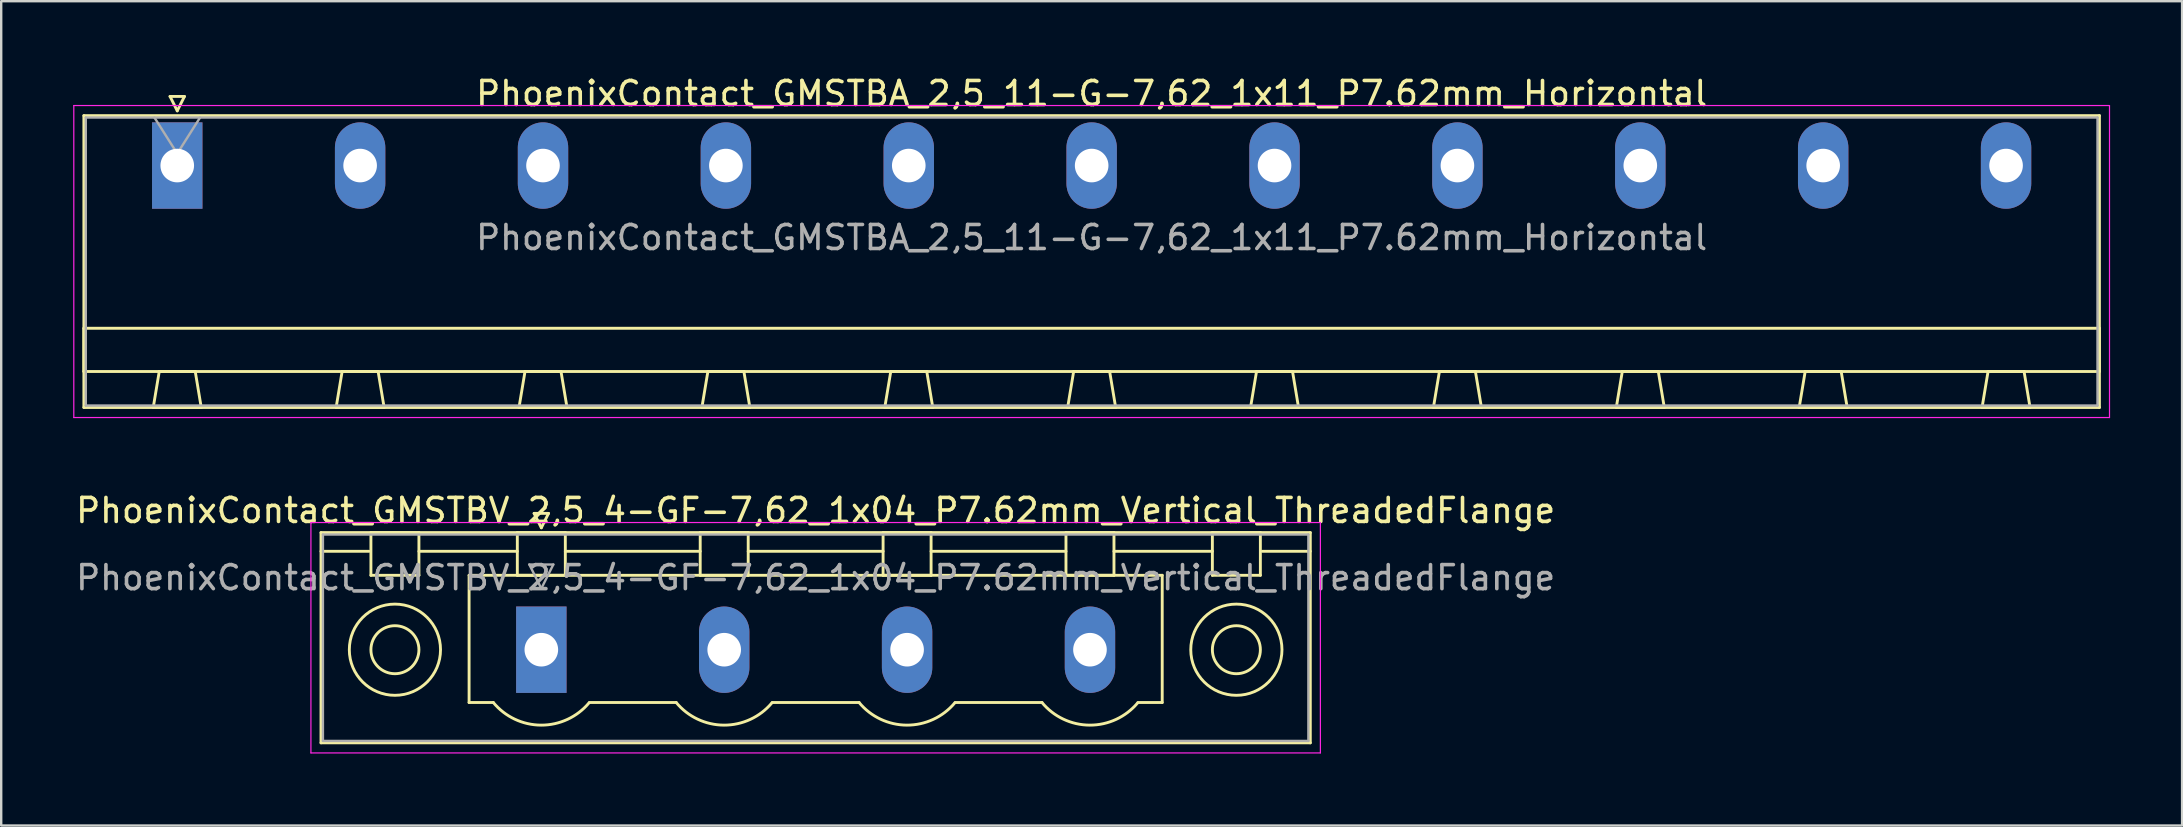
<source format=kicad_pcb>
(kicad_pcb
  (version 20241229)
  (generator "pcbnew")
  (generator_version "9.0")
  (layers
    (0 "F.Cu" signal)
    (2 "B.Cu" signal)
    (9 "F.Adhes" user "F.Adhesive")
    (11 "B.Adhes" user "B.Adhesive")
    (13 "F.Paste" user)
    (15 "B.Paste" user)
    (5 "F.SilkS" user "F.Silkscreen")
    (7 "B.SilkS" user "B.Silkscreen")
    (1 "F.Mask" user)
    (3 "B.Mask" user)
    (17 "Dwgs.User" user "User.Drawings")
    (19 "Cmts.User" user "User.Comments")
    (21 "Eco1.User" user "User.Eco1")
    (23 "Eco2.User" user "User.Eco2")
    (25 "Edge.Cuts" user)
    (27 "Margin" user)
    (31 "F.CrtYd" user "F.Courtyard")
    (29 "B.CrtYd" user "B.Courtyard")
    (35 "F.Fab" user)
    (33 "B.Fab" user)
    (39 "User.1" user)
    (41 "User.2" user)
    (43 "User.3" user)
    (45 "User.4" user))
  (footprint "PhoenixContact_GMSTBA_2,5_11-G-7,62_1x11_P7.62mm_Horizontal"
    (layer "F.Cu")
    (at 4.335 3.848)
    (property "Reference" "PhoenixContact_GMSTBA_2,5_11-G-7,62_1x11_P7.62mm_Horizontal" (at 38.1 -3 0) (layer "F.SilkS") (effects (font (size 1 1) (thickness 0.15))))
    (attr through_hole)
    (fp_line (start -3.89 -2.08) (end -3.89 10.08) (stroke (width 0.12) (type solid)) (layer "F.SilkS"))
    (fp_line (start -3.89 6.78) (end 80.09 6.78) (stroke (width 0.12) (type solid)) (layer "F.SilkS"))
    (fp_line (start -3.89 8.58) (end -3.89 6.78) (stroke (width 0.12) (type solid)) (layer "F.SilkS"))
    (fp_line (start -3.89 10.08) (end 80.09 10.08) (stroke (width 0.12) (type solid)) (layer "F.SilkS"))
    (fp_line (start -1 10.08) (end 1 10.08) (stroke (width 0.12) (type solid)) (layer "F.SilkS"))
    (fp_line (start -0.75 8.58) (end -1 10.08) (stroke (width 0.12) (type solid)) (layer "F.SilkS"))
    (fp_line (start -0.3 -2.88) (end 0.3 -2.88) (stroke (width 0.12) (type solid)) (layer "F.SilkS"))
    (fp_line (start 0 -2.28) (end -0.3 -2.88) (stroke (width 0.12) (type solid)) (layer "F.SilkS"))
    (fp_line (start 0.3 -2.88) (end 0 -2.28) (stroke (width 0.12) (type solid)) (layer "F.SilkS"))
    (fp_line (start 0.75 8.58) (end -0.75 8.58) (stroke (width 0.12) (type solid)) (layer "F.SilkS"))
    (fp_line (start 1 10.08) (end 0.75 8.58) (stroke (width 0.12) (type solid)) (layer "F.SilkS"))
    (fp_line (start 6.62 10.08) (end 8.62 10.08) (stroke (width 0.12) (type solid)) (layer "F.SilkS"))
    (fp_line (start 6.87 8.58) (end 6.62 10.08) (stroke (width 0.12) (type solid)) (layer "F.SilkS"))
    (fp_line (start 8.37 8.58) (end 6.87 8.58) (stroke (width 0.12) (type solid)) (layer "F.SilkS"))
    (fp_line (start 8.62 10.08) (end 8.37 8.58) (stroke (width 0.12) (type solid)) (layer "F.SilkS"))
    (fp_line (start 14.24 10.08) (end 16.24 10.08) (stroke (width 0.12) (type solid)) (layer "F.SilkS"))
    (fp_line (start 14.49 8.58) (end 14.24 10.08) (stroke (width 0.12) (type solid)) (layer "F.SilkS"))
    (fp_line (start 15.99 8.58) (end 14.49 8.58) (stroke (width 0.12) (type solid)) (layer "F.SilkS"))
    (fp_line (start 16.24 10.08) (end 15.99 8.58) (stroke (width 0.12) (type solid)) (layer "F.SilkS"))
    (fp_line (start 21.86 10.08) (end 23.86 10.08) (stroke (width 0.12) (type solid)) (layer "F.SilkS"))
    (fp_line (start 22.11 8.58) (end 21.86 10.08) (stroke (width 0.12) (type solid)) (layer "F.SilkS"))
    (fp_line (start 23.61 8.58) (end 22.11 8.58) (stroke (width 0.12) (type solid)) (layer "F.SilkS"))
    (fp_line (start 23.86 10.08) (end 23.61 8.58) (stroke (width 0.12) (type solid)) (layer "F.SilkS"))
    (fp_line (start 29.48 10.08) (end 31.48 10.08) (stroke (width 0.12) (type solid)) (layer "F.SilkS"))
    (fp_line (start 29.73 8.58) (end 29.48 10.08) (stroke (width 0.12) (type solid)) (layer "F.SilkS"))
    (fp_line (start 31.23 8.58) (end 29.73 8.58) (stroke (width 0.12) (type solid)) (layer "F.SilkS"))
    (fp_line (start 31.48 10.08) (end 31.23 8.58) (stroke (width 0.12) (type solid)) (layer "F.SilkS"))
    (fp_line (start 37.1 10.08) (end 39.1 10.08) (stroke (width 0.12) (type solid)) (layer "F.SilkS"))
    (fp_line (start 37.35 8.58) (end 37.1 10.08) (stroke (width 0.12) (type solid)) (layer "F.SilkS"))
    (fp_line (start 38.85 8.58) (end 37.35 8.58) (stroke (width 0.12) (type solid)) (layer "F.SilkS"))
    (fp_line (start 39.1 10.08) (end 38.85 8.58) (stroke (width 0.12) (type solid)) (layer "F.SilkS"))
    (fp_line (start 44.72 10.08) (end 46.72 10.08) (stroke (width 0.12) (type solid)) (layer "F.SilkS"))
    (fp_line (start 44.97 8.58) (end 44.72 10.08) (stroke (width 0.12) (type solid)) (layer "F.SilkS"))
    (fp_line (start 46.47 8.58) (end 44.97 8.58) (stroke (width 0.12) (type solid)) (layer "F.SilkS"))
    (fp_line (start 46.72 10.08) (end 46.47 8.58) (stroke (width 0.12) (type solid)) (layer "F.SilkS"))
    (fp_line (start 52.34 10.08) (end 54.34 10.08) (stroke (width 0.12) (type solid)) (layer "F.SilkS"))
    (fp_line (start 52.59 8.58) (end 52.34 10.08) (stroke (width 0.12) (type solid)) (layer "F.SilkS"))
    (fp_line (start 54.09 8.58) (end 52.59 8.58) (stroke (width 0.12) (type solid)) (layer "F.SilkS"))
    (fp_line (start 54.34 10.08) (end 54.09 8.58) (stroke (width 0.12) (type solid)) (layer "F.SilkS"))
    (fp_line (start 59.96 10.08) (end 61.96 10.08) (stroke (width 0.12) (type solid)) (layer "F.SilkS"))
    (fp_line (start 60.21 8.58) (end 59.96 10.08) (stroke (width 0.12) (type solid)) (layer "F.SilkS"))
    (fp_line (start 61.71 8.58) (end 60.21 8.58) (stroke (width 0.12) (type solid)) (layer "F.SilkS"))
    (fp_line (start 61.96 10.08) (end 61.71 8.58) (stroke (width 0.12) (type solid)) (layer "F.SilkS"))
    (fp_line (start 67.58 10.08) (end 69.58 10.08) (stroke (width 0.12) (type solid)) (layer "F.SilkS"))
    (fp_line (start 67.83 8.58) (end 67.58 10.08) (stroke (width 0.12) (type solid)) (layer "F.SilkS"))
    (fp_line (start 69.33 8.58) (end 67.83 8.58) (stroke (width 0.12) (type solid)) (layer "F.SilkS"))
    (fp_line (start 69.58 10.08) (end 69.33 8.58) (stroke (width 0.12) (type solid)) (layer "F.SilkS"))
    (fp_line (start 75.2 10.08) (end 77.2 10.08) (stroke (width 0.12) (type solid)) (layer "F.SilkS"))
    (fp_line (start 75.45 8.58) (end 75.2 10.08) (stroke (width 0.12) (type solid)) (layer "F.SilkS"))
    (fp_line (start 76.95 8.58) (end 75.45 8.58) (stroke (width 0.12) (type solid)) (layer "F.SilkS"))
    (fp_line (start 77.2 10.08) (end 76.95 8.58) (stroke (width 0.12) (type solid)) (layer "F.SilkS"))
    (fp_line (start 80.09 -2.08) (end -3.89 -2.08) (stroke (width 0.12) (type solid)) (layer "F.SilkS"))
    (fp_line (start 80.09 6.78) (end 80.09 8.58) (stroke (width 0.12) (type solid)) (layer "F.SilkS"))
    (fp_line (start 80.09 8.58) (end -3.89 8.58) (stroke (width 0.12) (type solid)) (layer "F.SilkS"))
    (fp_line (start 80.09 10.08) (end 80.09 -2.08) (stroke (width 0.12) (type solid)) (layer "F.SilkS"))
    (fp_line (start -4.31 -2.5) (end -4.31 10.5) (stroke (width 0.05) (type solid)) (layer "F.CrtYd"))
    (fp_line (start -4.31 10.5) (end 80.51 10.5) (stroke (width 0.05) (type solid)) (layer "F.CrtYd"))
    (fp_line (start 80.51 -2.5) (end -4.31 -2.5) (stroke (width 0.05) (type solid)) (layer "F.CrtYd"))
    (fp_line (start 80.51 10.5) (end 80.51 -2.5) (stroke (width 0.05) (type solid)) (layer "F.CrtYd"))
    (fp_line (start -3.81 -2) (end -3.81 10) (stroke (width 0.1) (type solid)) (layer "F.Fab"))
    (fp_line (start -3.81 10) (end 80.01 10) (stroke (width 0.1) (type solid)) (layer "F.Fab"))
    (fp_line (start 0 -0.5) (end -0.95 -2) (stroke (width 0.1) (type solid)) (layer "F.Fab"))
    (fp_line (start 0.95 -2) (end 0 -0.5) (stroke (width 0.1) (type solid)) (layer "F.Fab"))
    (fp_line (start 80.01 -2) (end -3.81 -2) (stroke (width 0.1) (type solid)) (layer "F.Fab"))
    (fp_line (start 80.01 10) (end 80.01 -2) (stroke (width 0.1) (type solid)) (layer "F.Fab"))
    (fp_text user "${REFERENCE}" (at 38.1 3 0) (layer "F.Fab") (effects (font (size 1 1) (thickness 0.15))))
    (pad "1" thru_hole rect (at 0 0) (size 2.1 3.6) (drill 1.4) (layers "*.Cu" "*.Mask"))
    (pad "2" thru_hole oval (at 7.62 0) (size 2.1 3.6) (drill 1.4) (layers "*.Cu" "*.Mask"))
    (pad "3" thru_hole oval (at 15.24 0) (size 2.1 3.6) (drill 1.4) (layers "*.Cu" "*.Mask"))
    (pad "4" thru_hole oval (at 22.86 0) (size 2.1 3.6) (drill 1.4) (layers "*.Cu" "*.Mask"))
    (pad "5" thru_hole oval (at 30.48 0) (size 2.1 3.6) (drill 1.4) (layers "*.Cu" "*.Mask"))
    (pad "6" thru_hole oval (at 38.1 0) (size 2.1 3.6) (drill 1.4) (layers "*.Cu" "*.Mask"))
    (pad "7" thru_hole oval (at 45.72 0) (size 2.1 3.6) (drill 1.4) (layers "*.Cu" "*.Mask"))
    (pad "8" thru_hole oval (at 53.34 0) (size 2.1 3.6) (drill 1.4) (layers "*.Cu" "*.Mask"))
    (pad "9" thru_hole oval (at 60.96 0) (size 2.1 3.6) (drill 1.4) (layers "*.Cu" "*.Mask"))
    (pad "10" thru_hole oval (at 68.58 0) (size 2.1 3.6) (drill 1.4) (layers "*.Cu" "*.Mask"))
    (pad "11" thru_hole oval (at 76.2 0) (size 2.1 3.6) (drill 1.4) (layers "*.Cu" "*.Mask")))
  (footprint "PhoenixContact_GMSTBV_2,5_4-GF-7,62_1x04_P7.62mm_Vertical_ThreadedFlange"
    (layer "F.Cu")
    (at 19.505 24.021)
    (property "Reference" "PhoenixContact_GMSTBV_2,5_4-GF-7,62_1x04_P7.62mm_Vertical_ThreadedFlange" (at 11.43 -5.8 0) (layer "F.SilkS") (effects (font (size 1 1) (thickness 0.15))))
    (attr through_hole)
    (fp_line (start -9.18 -4.88) (end -9.18 3.88) (stroke (width 0.12) (type solid)) (layer "F.SilkS"))
    (fp_line (start -9.18 -4.1) (end -7.18 -4.1) (stroke (width 0.12) (type solid)) (layer "F.SilkS"))
    (fp_line (start -9.18 3.88) (end 32.04 3.88) (stroke (width 0.12) (type solid)) (layer "F.SilkS"))
    (fp_line (start -7.1 -4.88) (end -5.1 -4.88) (stroke (width 0.12) (type solid)) (layer "F.SilkS"))
    (fp_line (start -7.1 -3.1) (end -7.1 -4.88) (stroke (width 0.12) (type solid)) (layer "F.SilkS"))
    (fp_line (start -5.1 -4.88) (end -5.1 -3.1) (stroke (width 0.12) (type solid)) (layer "F.SilkS"))
    (fp_line (start -5.1 -4.1) (end -1 -4.1) (stroke (width 0.12) (type solid)) (layer "F.SilkS"))
    (fp_line (start -5.1 -3.1) (end -7.1 -3.1) (stroke (width 0.12) (type solid)) (layer "F.SilkS"))
    (fp_line (start -3.01 -3.1) (end 25.87 -3.1) (stroke (width 0.12) (type solid)) (layer "F.SilkS"))
    (fp_line (start -3.01 2.2) (end -3.01 -3.1) (stroke (width 0.12) (type solid)) (layer "F.SilkS"))
    (fp_line (start -2 2.2) (end -3.01 2.2) (stroke (width 0.12) (type solid)) (layer "F.SilkS"))
    (fp_line (start -1 -4.88) (end 1 -4.88) (stroke (width 0.12) (type solid)) (layer "F.SilkS"))
    (fp_line (start -1 -3.1) (end -1 -4.88) (stroke (width 0.12) (type solid)) (layer "F.SilkS"))
    (fp_line (start -0.3 -5.68) (end 0.3 -5.68) (stroke (width 0.12) (type solid)) (layer "F.SilkS"))
    (fp_line (start 0 -5.08) (end -0.3 -5.68) (stroke (width 0.12) (type solid)) (layer "F.SilkS"))
    (fp_line (start 0.3 -5.68) (end 0 -5.08) (stroke (width 0.12) (type solid)) (layer "F.SilkS"))
    (fp_line (start 1 -4.88) (end 1 -3.1) (stroke (width 0.12) (type solid)) (layer "F.SilkS"))
    (fp_line (start 1 -4.1) (end 6.62 -4.1) (stroke (width 0.12) (type solid)) (layer "F.SilkS"))
    (fp_line (start 1 -3.1) (end -1 -3.1) (stroke (width 0.12) (type solid)) (layer "F.SilkS"))
    (fp_line (start 2 2.2) (end 5.62 2.2) (stroke (width 0.12) (type solid)) (layer "F.SilkS"))
    (fp_line (start 6.62 -4.88) (end 8.62 -4.88) (stroke (width 0.12) (type solid)) (layer "F.SilkS"))
    (fp_line (start 6.62 -3.1) (end 6.62 -4.88) (stroke (width 0.12) (type solid)) (layer "F.SilkS"))
    (fp_line (start 8.62 -4.88) (end 8.62 -3.1) (stroke (width 0.12) (type solid)) (layer "F.SilkS"))
    (fp_line (start 8.62 -4.1) (end 14.24 -4.1) (stroke (width 0.12) (type solid)) (layer "F.SilkS"))
    (fp_line (start 8.62 -3.1) (end 6.62 -3.1) (stroke (width 0.12) (type solid)) (layer "F.SilkS"))
    (fp_line (start 9.62 2.2) (end 13.24 2.2) (stroke (width 0.12) (type solid)) (layer "F.SilkS"))
    (fp_line (start 14.24 -4.88) (end 16.24 -4.88) (stroke (width 0.12) (type solid)) (layer "F.SilkS"))
    (fp_line (start 14.24 -3.1) (end 14.24 -4.88) (stroke (width 0.12) (type solid)) (layer "F.SilkS"))
    (fp_line (start 16.24 -4.88) (end 16.24 -3.1) (stroke (width 0.12) (type solid)) (layer "F.SilkS"))
    (fp_line (start 16.24 -4.1) (end 21.86 -4.1) (stroke (width 0.12) (type solid)) (layer "F.SilkS"))
    (fp_line (start 16.24 -3.1) (end 14.24 -3.1) (stroke (width 0.12) (type solid)) (layer "F.SilkS"))
    (fp_line (start 17.24 2.2) (end 20.86 2.2) (stroke (width 0.12) (type solid)) (layer "F.SilkS"))
    (fp_line (start 21.86 -4.88) (end 23.86 -4.88) (stroke (width 0.12) (type solid)) (layer "F.SilkS"))
    (fp_line (start 21.86 -3.1) (end 21.86 -4.88) (stroke (width 0.12) (type solid)) (layer "F.SilkS"))
    (fp_line (start 23.86 -4.88) (end 23.86 -3.1) (stroke (width 0.12) (type solid)) (layer "F.SilkS"))
    (fp_line (start 23.86 -4.1) (end 27.96 -4.1) (stroke (width 0.12) (type solid)) (layer "F.SilkS"))
    (fp_line (start 23.86 -3.1) (end 21.86 -3.1) (stroke (width 0.12) (type solid)) (layer "F.SilkS"))
    (fp_line (start 25.87 -3.1) (end 25.87 2.2) (stroke (width 0.12) (type solid)) (layer "F.SilkS"))
    (fp_line (start 25.87 2.2) (end 24.86 2.2) (stroke (width 0.12) (type solid)) (layer "F.SilkS"))
    (fp_line (start 27.96 -4.88) (end 29.96 -4.88) (stroke (width 0.12) (type solid)) (layer "F.SilkS"))
    (fp_line (start 27.96 -3.1) (end 27.96 -4.88) (stroke (width 0.12) (type solid)) (layer "F.SilkS"))
    (fp_line (start 29.96 -4.88) (end 29.96 -3.1) (stroke (width 0.12) (type solid)) (layer "F.SilkS"))
    (fp_line (start 29.96 -3.1) (end 27.96 -3.1) (stroke (width 0.12) (type solid)) (layer "F.SilkS"))
    (fp_line (start 32.04 -4.88) (end -9.18 -4.88) (stroke (width 0.12) (type solid)) (layer "F.SilkS"))
    (fp_line (start 32.04 -4.1) (end 30.04 -4.1) (stroke (width 0.12) (type solid)) (layer "F.SilkS"))
    (fp_line (start 32.04 3.88) (end 32.04 -4.88) (stroke (width 0.12) (type solid)) (layer "F.SilkS"))
    (fp_arc (start 1.986842 2.215821) (mid -0.010289 3.142758) (end -2 2.2) (stroke (width 0.12) (type solid)) (layer "F.SilkS"))
    (fp_arc (start 9.606842 2.215821) (mid 7.609711 3.142758) (end 5.62 2.2) (stroke (width 0.12) (type solid)) (layer "F.SilkS"))
    (fp_arc (start 17.226842 2.215821) (mid 15.229711 3.142758) (end 13.24 2.2) (stroke (width 0.12) (type solid)) (layer "F.SilkS"))
    (fp_arc (start 24.846842 2.215821) (mid 22.849711 3.142758) (end 20.86 2.2) (stroke (width 0.12) (type solid)) (layer "F.SilkS"))
    (fp_circle (center -6.1 0) (end -5.1 0) (stroke (width 0.12) (type solid)) (fill no) (layer "F.SilkS"))
    (fp_circle (center -6.1 0) (end -4.2 0) (stroke (width 0.12) (type solid)) (fill no) (layer "F.SilkS"))
    (fp_circle (center 28.96 0) (end 29.96 0) (stroke (width 0.12) (type solid)) (fill no) (layer "F.SilkS"))
    (fp_circle (center 28.96 0) (end 30.86 0) (stroke (width 0.12) (type solid)) (fill no) (layer "F.SilkS"))
    (fp_line (start -9.6 -5.3) (end -9.6 4.3) (stroke (width 0.05) (type solid)) (layer "F.CrtYd"))
    (fp_line (start -9.6 4.3) (end 32.46 4.3) (stroke (width 0.05) (type solid)) (layer "F.CrtYd"))
    (fp_line (start 32.46 -5.3) (end -9.6 -5.3) (stroke (width 0.05) (type solid)) (layer "F.CrtYd"))
    (fp_line (start 32.46 4.3) (end 32.46 -5.3) (stroke (width 0.05) (type solid)) (layer "F.CrtYd"))
    (fp_line (start -9.1 -4.8) (end -9.1 3.8) (stroke (width 0.1) (type solid)) (layer "F.Fab"))
    (fp_line (start -9.1 3.8) (end 31.96 3.8) (stroke (width 0.1) (type solid)) (layer "F.Fab"))
    (fp_line (start -0.5 -3.55) (end 0.5 -3.55) (stroke (width 0.1) (type solid)) (layer "F.Fab"))
    (fp_line (start 0 -2.55) (end -0.5 -3.55) (stroke (width 0.1) (type solid)) (layer "F.Fab"))
    (fp_line (start 0.5 -3.55) (end 0 -2.55) (stroke (width 0.1) (type solid)) (layer "F.Fab"))
    (fp_line (start 31.96 -4.8) (end -9.1 -4.8) (stroke (width 0.1) (type solid)) (layer "F.Fab"))
    (fp_line (start 31.96 3.8) (end 31.96 -4.8) (stroke (width 0.1) (type solid)) (layer "F.Fab"))
    (fp_text user "${REFERENCE}" (at 11.43 -3 0) (layer "F.Fab") (effects (font (size 1 1) (thickness 0.15))))
    (pad "1" thru_hole rect (at 0 0) (size 2.1 3.6) (drill 1.4) (layers "*.Cu" "*.Mask"))
    (pad "2" thru_hole oval (at 7.62 0) (size 2.1 3.6) (drill 1.4) (layers "*.Cu" "*.Mask"))
    (pad "3" thru_hole oval (at 15.24 0) (size 2.1 3.6) (drill 1.4) (layers "*.Cu" "*.Mask"))
    (pad "4" thru_hole oval (at 22.86 0) (size 2.1 3.6) (drill 1.4) (layers "*.Cu" "*.Mask")))
  (gr_rect
    (start -3 -3)
    (end 87.87 31.346)
    (stroke (width 0.1) (type default))
    (fill no)
    (layer "Edge.Cuts")))
</source>
